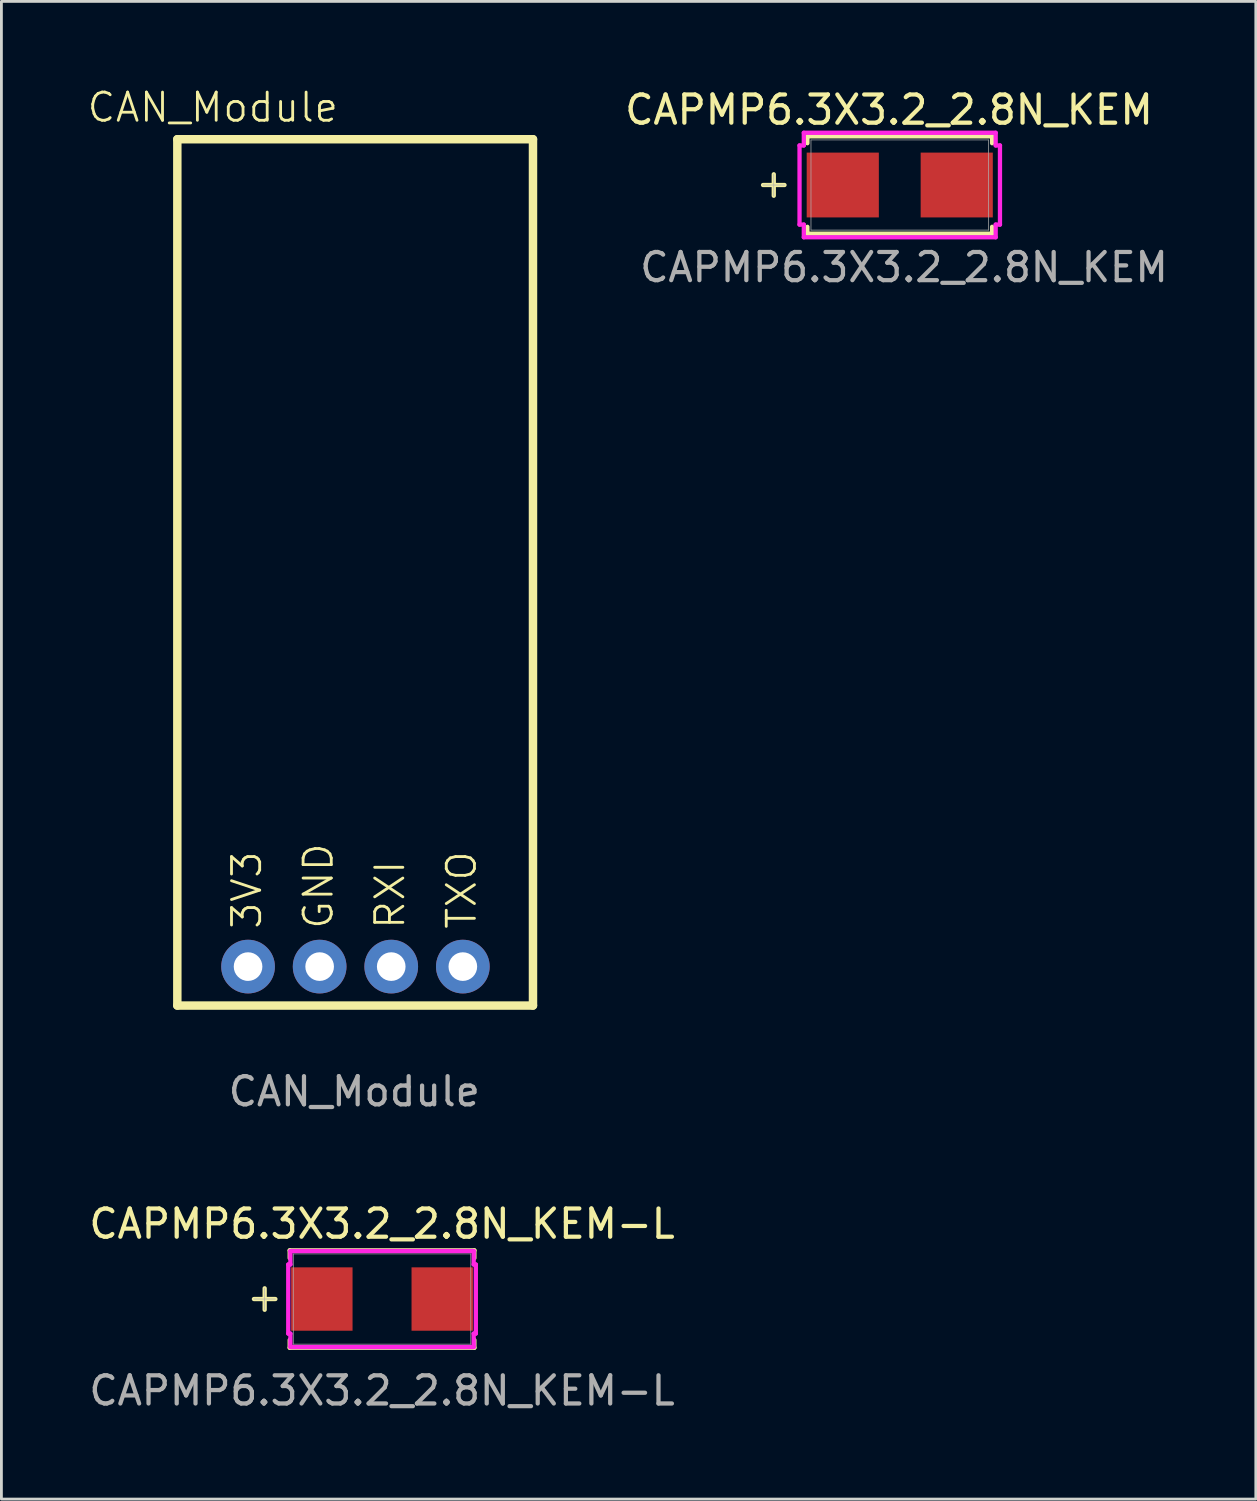
<source format=kicad_pcb>
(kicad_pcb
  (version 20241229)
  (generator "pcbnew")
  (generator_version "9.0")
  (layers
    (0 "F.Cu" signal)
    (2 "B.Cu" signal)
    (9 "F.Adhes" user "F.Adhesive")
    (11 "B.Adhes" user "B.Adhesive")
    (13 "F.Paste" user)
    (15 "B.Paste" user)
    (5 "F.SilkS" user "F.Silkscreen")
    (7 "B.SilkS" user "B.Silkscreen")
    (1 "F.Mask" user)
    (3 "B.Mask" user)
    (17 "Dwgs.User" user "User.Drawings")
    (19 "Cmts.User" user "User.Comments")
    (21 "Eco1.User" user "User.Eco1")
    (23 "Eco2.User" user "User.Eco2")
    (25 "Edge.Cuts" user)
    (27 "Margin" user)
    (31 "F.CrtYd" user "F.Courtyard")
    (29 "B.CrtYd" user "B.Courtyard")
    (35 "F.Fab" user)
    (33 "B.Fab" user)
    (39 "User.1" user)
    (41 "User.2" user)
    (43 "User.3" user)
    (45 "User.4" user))
  (footprint "CAPMP6.3X3.2_2.8N_KEM"
    (layer "F.Cu")
    (at 28.876 3.515)
    (property "Reference" "CAPMP6.3X3.2_2.8N_KEM" (at -0.381 -2.667 0) (unlocked yes) (layer "F.SilkS") (effects (font (size 1 1) (thickness 0.15))))
    (attr smd)
    (fp_line (start -4.47 -0.381) (end -4.47 0.381) (stroke (width 0.152) (type solid)) (layer "F.SilkS"))
    (fp_line (start -4.089 0) (end -4.851 0) (stroke (width 0.152) (type solid)) (layer "F.SilkS"))
    (fp_line (start -3.277 -1.727) (end -3.277 -1.483) (stroke (width 0.152) (type solid)) (layer "F.SilkS"))
    (fp_line (start -3.277 1.483) (end -3.277 1.727) (stroke (width 0.152) (type solid)) (layer "F.SilkS"))
    (fp_line (start -3.277 1.727) (end 3.277 1.727) (stroke (width 0.152) (type solid)) (layer "F.SilkS"))
    (fp_line (start 3.277 -1.727) (end -3.277 -1.727) (stroke (width 0.152) (type solid)) (layer "F.SilkS"))
    (fp_line (start 3.277 -1.483) (end 3.277 -1.727) (stroke (width 0.152) (type solid)) (layer "F.SilkS"))
    (fp_line (start 3.277 1.727) (end 3.277 1.483) (stroke (width 0.152) (type solid)) (layer "F.SilkS"))
    (fp_line (start -3.556 -1.404) (end -3.404 -1.404) (stroke (width 0.152) (type solid)) (layer "F.CrtYd"))
    (fp_line (start -3.556 1.404) (end -3.556 -1.404) (stroke (width 0.152) (type solid)) (layer "F.CrtYd"))
    (fp_line (start -3.404 -1.854) (end 3.404 -1.854) (stroke (width 0.152) (type solid)) (layer "F.CrtYd"))
    (fp_line (start -3.404 -1.404) (end -3.404 -1.854) (stroke (width 0.152) (type solid)) (layer "F.CrtYd"))
    (fp_line (start -3.404 1.404) (end -3.556 1.404) (stroke (width 0.152) (type solid)) (layer "F.CrtYd"))
    (fp_line (start -3.404 1.854) (end -3.404 1.404) (stroke (width 0.152) (type solid)) (layer "F.CrtYd"))
    (fp_line (start 3.404 -1.854) (end 3.404 -1.404) (stroke (width 0.152) (type solid)) (layer "F.CrtYd"))
    (fp_line (start 3.404 -1.404) (end 3.556 -1.404) (stroke (width 0.152) (type solid)) (layer "F.CrtYd"))
    (fp_line (start 3.404 1.404) (end 3.404 1.854) (stroke (width 0.152) (type solid)) (layer "F.CrtYd"))
    (fp_line (start 3.404 1.854) (end -3.404 1.854) (stroke (width 0.152) (type solid)) (layer "F.CrtYd"))
    (fp_line (start 3.556 -1.404) (end 3.556 1.404) (stroke (width 0.152) (type solid)) (layer "F.CrtYd"))
    (fp_line (start 3.556 1.404) (end 3.404 1.404) (stroke (width 0.152) (type solid)) (layer "F.CrtYd"))
    (fp_line (start -4.47 -0.381) (end -4.47 0.381) (stroke (width 0.025) (type solid)) (layer "F.Fab"))
    (fp_line (start -4.089 0) (end -4.851 0) (stroke (width 0.025) (type solid)) (layer "F.Fab"))
    (fp_line (start -3.15 -1.6) (end -3.15 1.6) (stroke (width 0.025) (type solid)) (layer "F.Fab"))
    (fp_line (start -3.15 1.6) (end 3.15 1.6) (stroke (width 0.025) (type solid)) (layer "F.Fab"))
    (fp_line (start 3.15 -1.6) (end -3.15 -1.6) (stroke (width 0.025) (type solid)) (layer "F.Fab"))
    (fp_line (start 3.15 1.6) (end 3.15 -1.6) (stroke (width 0.025) (type solid)) (layer "F.Fab"))
    (fp_text user "${REFERENCE}" (at 0.152 2.921 0) (unlocked yes) (layer "F.Fab") (effects (font (size 1 1) (thickness 0.15))))
    (pad "1" smd rect (at -2.022 0 90) (size 2.3 2.56) (layers "F.Cu" "F.Mask" "F.Paste"))
    (pad "2" smd rect (at 2.022 0 90) (size 2.3 2.56) (layers "F.Cu" "F.Mask" "F.Paste"))
    (zone (net_name "") (layer "F.Cu") (hatch full 0.508) (connect_pads) (min_thickness 0.254) (filled_areas_thickness no) (keepout (tracks not_allowed) (vias not_allowed) (pads allowed) (copperpour not_allowed) (footprints allowed)) (placement (enabled no)) (fill) (polygon (pts (xy 27.504 1.966) (xy 30.07 1.966) (xy 30.07 2.314) (xy 27.504 2.314))))
    (zone (net_name "") (layer "F.Cu") (hatch full 0.508) (connect_pads) (min_thickness 0.254) (filled_areas_thickness no) (keepout (tracks not_allowed) (vias not_allowed) (pads allowed) (copperpour not_allowed) (footprints allowed)) (placement (enabled no)) (fill) (polygon (pts (xy 27.504 4.716) (xy 30.07 4.716) (xy 30.07 5.064) (xy 27.504 5.064))))
    (zone (net_name "") (layer "F.Cu") (hatch full 0.508) (connect_pads) (min_thickness 0.254) (filled_areas_thickness no) (keepout (tracks not_allowed) (vias not_allowed) (pads allowed) (copperpour not_allowed) (footprints allowed)) (placement (enabled no)) (fill) (polygon (pts (xy 27.884 2.314) (xy 29.867 2.314) (xy 29.867 4.716) (xy 27.884 4.716)))))
  (footprint "CAN_Module"
    (layer "F.Cu")
    (at 9.552 26.39)
    (property "Reference" "CAN_Module" (at -5.05 -25.63 0) (unlocked yes) (layer "F.SilkS") (effects (font (size 1 1) (thickness 0.1))))
    (attr through_hole)
    (fp_line (start -6.31 -24.5) (end -6.31 6.24) (stroke (width 0.3) (type solid)) (layer "F.SilkS"))
    (fp_line (start -6.31 6.24) (end 6.31 6.24) (stroke (width 0.3) (type solid)) (layer "F.SilkS"))
    (fp_line (start 6.31 -24.5) (end -6.31 -24.5) (stroke (width 0.3) (type solid)) (layer "F.SilkS"))
    (fp_line (start 6.31 6.24) (end 6.31 -24.5) (stroke (width 0.3) (type solid)) (layer "F.SilkS"))
    (fp_text user "RXI" (at 1.82 3.591 90) (unlocked yes) (layer "F.SilkS") (effects (font (size 1 1) (thickness 0.1)) (justify left bottom)))
    (fp_text user "TXO" (at 4.36 3.591 90) (unlocked yes) (layer "F.SilkS") (effects (font (size 1 1) (thickness 0.1)) (justify left bottom)))
    (fp_text user "GND" (at -0.72 3.591 90) (unlocked yes) (layer "F.SilkS") (effects (font (size 1 1) (thickness 0.1)) (justify left bottom)))
    (fp_text user "3V3" (at -3.26 3.591 90) (unlocked yes) (layer "F.SilkS") (effects (font (size 1 1) (thickness 0.1)) (justify left bottom)))
    (fp_text user "${REFERENCE}" (at -0.03 9.29 0) (unlocked yes) (layer "F.Fab") (effects (font (size 1 1) (thickness 0.15))))
    (pad "1" thru_hole circle (at -3.8 4.858) (size 1.905 1.905) (drill 1.016) (layers "*.Cu" "*.Mask"))
    (pad "2" thru_hole circle (at -1.26 4.858) (size 1.905 1.905) (drill 1.016) (layers "*.Cu" "*.Mask"))
    (pad "3" thru_hole circle (at 1.28 4.858) (size 1.905 1.905) (drill 1.016) (layers "*.Cu" "*.Mask"))
    (pad "4" thru_hole circle (at 3.821 4.858) (size 1.905 1.905) (drill 1.016) (layers "*.Cu" "*.Mask")))
  (footprint "CAPMP6.3X3.2_2.8N_KEM-L"
    (layer "F.Cu")
    (at 10.506 43.044)
    (property "Reference" "CAPMP6.3X3.2_2.8N_KEM-L" (at 0 -2.667 0) (unlocked yes) (layer "F.SilkS") (effects (font (size 1 1) (thickness 0.15))))
    (attr smd)
    (fp_line (start -4.165 -0.381) (end -4.165 0.381) (stroke (width 0.152) (type solid)) (layer "F.SilkS"))
    (fp_line (start -3.784 0) (end -4.546 0) (stroke (width 0.152) (type solid)) (layer "F.SilkS"))
    (fp_line (start -3.277 -1.727) (end -3.277 -1.453) (stroke (width 0.152) (type solid)) (layer "F.SilkS"))
    (fp_line (start -3.277 1.453) (end -3.277 1.727) (stroke (width 0.152) (type solid)) (layer "F.SilkS"))
    (fp_line (start -3.277 1.727) (end 3.277 1.727) (stroke (width 0.152) (type solid)) (layer "F.SilkS"))
    (fp_line (start 3.277 -1.727) (end -3.277 -1.727) (stroke (width 0.152) (type solid)) (layer "F.SilkS"))
    (fp_line (start 3.277 -1.453) (end 3.277 -1.727) (stroke (width 0.152) (type solid)) (layer "F.SilkS"))
    (fp_line (start 3.277 1.727) (end 3.277 1.453) (stroke (width 0.152) (type solid)) (layer "F.SilkS"))
    (fp_line (start -3.328 -1.226) (end -3.252 -1.226) (stroke (width 0.152) (type solid)) (layer "F.CrtYd"))
    (fp_line (start -3.328 1.226) (end -3.328 -1.226) (stroke (width 0.152) (type solid)) (layer "F.CrtYd"))
    (fp_line (start -3.252 -1.702) (end 3.252 -1.702) (stroke (width 0.152) (type solid)) (layer "F.CrtYd"))
    (fp_line (start -3.252 -1.226) (end -3.252 -1.702) (stroke (width 0.152) (type solid)) (layer "F.CrtYd"))
    (fp_line (start -3.252 1.226) (end -3.328 1.226) (stroke (width 0.152) (type solid)) (layer "F.CrtYd"))
    (fp_line (start -3.252 1.702) (end -3.252 1.226) (stroke (width 0.152) (type solid)) (layer "F.CrtYd"))
    (fp_line (start 3.252 -1.702) (end 3.252 -1.226) (stroke (width 0.152) (type solid)) (layer "F.CrtYd"))
    (fp_line (start 3.252 -1.226) (end 3.328 -1.226) (stroke (width 0.152) (type solid)) (layer "F.CrtYd"))
    (fp_line (start 3.252 1.226) (end 3.252 1.702) (stroke (width 0.152) (type solid)) (layer "F.CrtYd"))
    (fp_line (start 3.252 1.702) (end -3.252 1.702) (stroke (width 0.152) (type solid)) (layer "F.CrtYd"))
    (fp_line (start 3.328 -1.226) (end 3.328 1.226) (stroke (width 0.152) (type solid)) (layer "F.CrtYd"))
    (fp_line (start 3.328 1.226) (end 3.252 1.226) (stroke (width 0.152) (type solid)) (layer "F.CrtYd"))
    (fp_line (start -4.165 -0.381) (end -4.165 0.381) (stroke (width 0.025) (type solid)) (layer "F.Fab"))
    (fp_line (start -3.784 0) (end -4.546 0) (stroke (width 0.025) (type solid)) (layer "F.Fab"))
    (fp_line (start -3.15 -1.6) (end -3.15 1.6) (stroke (width 0.025) (type solid)) (layer "F.Fab"))
    (fp_line (start -3.15 1.6) (end 3.15 1.6) (stroke (width 0.025) (type solid)) (layer "F.Fab"))
    (fp_line (start 3.15 -1.6) (end -3.15 -1.6) (stroke (width 0.025) (type solid)) (layer "F.Fab"))
    (fp_line (start 3.15 1.6) (end 3.15 -1.6) (stroke (width 0.025) (type solid)) (layer "F.Fab"))
    (fp_text user "${REFERENCE}" (at 0 3.251 0) (unlocked yes) (layer "F.Fab") (effects (font (size 1 1) (thickness 0.15))))
    (pad "1" smd rect (at -2.136 0 90) (size 2.249 2.179) (layers "F.Cu" "F.Mask" "F.Paste"))
    (pad "2" smd rect (at 2.136 0 90) (size 2.249 2.179) (layers "F.Cu" "F.Mask" "F.Paste"))
    (zone (net_name "") (layer "F.Cu") (hatch full 0.508) (connect_pads) (min_thickness 0.254) (filled_areas_thickness no) (keepout (tracks not_allowed) (vias not_allowed) (pads allowed) (copperpour not_allowed) (footprints allowed)) (placement (enabled no)) (fill) (polygon (pts (xy 7.407 41.495) (xy 13.605 41.495) (xy 13.605 41.843) (xy 7.407 41.843))))
    (zone (net_name "") (layer "F.Cu") (hatch full 0.508) (connect_pads) (min_thickness 0.254) (filled_areas_thickness no) (keepout (tracks not_allowed) (vias not_allowed) (pads allowed) (copperpour not_allowed) (footprints allowed)) (placement (enabled no)) (fill) (polygon (pts (xy 7.407 44.245) (xy 13.605 44.245) (xy 13.605 44.593) (xy 7.407 44.593))))
    (zone (net_name "") (layer "F.Cu") (hatch full 0.508) (connect_pads) (min_thickness 0.254) (filled_areas_thickness no) (keepout (tracks not_allowed) (vias not_allowed) (pads allowed) (copperpour not_allowed) (footprints allowed)) (placement (enabled no)) (fill) (polygon (pts (xy 9.21 41.843) (xy 11.802 41.843) (xy 11.802 44.245) (xy 9.21 44.245)))))
  (gr_rect
    (start -3 -3)
    (end 41.51 50.143)
    (stroke (width 0.1) (type default))
    (fill no)
    (layer "Edge.Cuts")))
</source>
